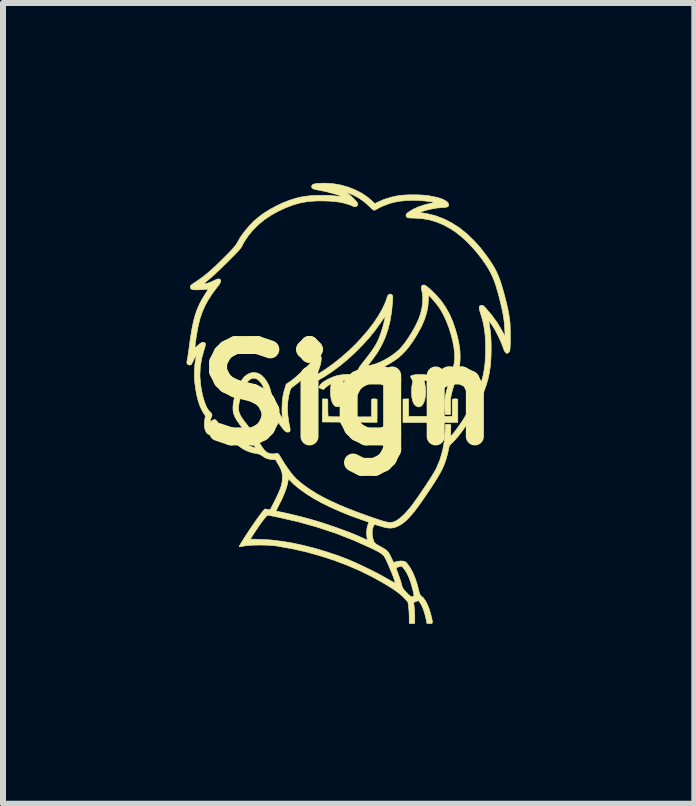
<source format=kicad_pcb>
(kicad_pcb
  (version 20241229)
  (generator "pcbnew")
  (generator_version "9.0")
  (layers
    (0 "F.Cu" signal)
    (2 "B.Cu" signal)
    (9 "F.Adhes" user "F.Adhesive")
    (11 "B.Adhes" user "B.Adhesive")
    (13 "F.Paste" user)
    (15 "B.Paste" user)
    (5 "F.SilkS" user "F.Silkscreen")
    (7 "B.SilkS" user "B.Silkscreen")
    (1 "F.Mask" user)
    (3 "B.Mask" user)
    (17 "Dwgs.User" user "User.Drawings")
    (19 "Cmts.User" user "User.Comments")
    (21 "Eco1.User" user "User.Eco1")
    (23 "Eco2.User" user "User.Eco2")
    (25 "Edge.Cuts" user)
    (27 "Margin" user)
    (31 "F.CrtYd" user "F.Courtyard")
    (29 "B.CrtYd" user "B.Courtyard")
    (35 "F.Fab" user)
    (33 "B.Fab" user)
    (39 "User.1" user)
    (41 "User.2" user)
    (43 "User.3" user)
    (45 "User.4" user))
  (footprint "Sign"
    (layer "F.Cu")
    (at 2.765 3.539)
    (property "Reference" "Sign" (at 0 0 0) (layer "F.SilkS") (effects (font (size 1.524 1.524) (thickness 0.3))))
    (attr through_hole)
    (fp_poly (pts (xy 1.8 0.064) (xy 1.82 0.07) (xy 1.82 0.457) (xy 0.906 0.457) (xy 0.906 0.068) (xy 0.925 0.066) (xy 0.947 0.065) (xy 0.972 0.064) (xy 0.999 0.064) (xy 0.999 0.21) (xy 0.999 0.356) (xy 1.727 0.356) (xy 1.727 0.07) (xy 1.753 0.065) (xy 1.779 0.062) (xy 1.8 0.064)) (stroke (width 0.01) (type solid)) (fill yes) (layer "F.SilkS"))
    (fp_poly (pts (xy 0.448 0.065) (xy 0.474 0.07) (xy 0.474 0.264) (xy 0.474 0.319) (xy 0.474 0.367) (xy 0.473 0.408) (xy 0.473 0.437) (xy 0.472 0.453) (xy 0.472 0.455) (xy 0.463 0.455) (xy 0.439 0.454) (xy 0.402 0.454) (xy 0.352 0.453) (xy 0.291 0.453) (xy 0.221 0.452) (xy 0.143 0.452) (xy 0.06 0.451) (xy 0.015 0.451) (xy -0.44 0.449) (xy -0.438 0.256) (xy -0.436 0.064) (xy -0.396 0.064) (xy -0.371 0.065) (xy -0.355 0.068) (xy -0.351 0.07) (xy -0.349 0.079) (xy -0.348 0.103) (xy -0.347 0.138) (xy -0.347 0.181) (xy -0.347 0.214) (xy -0.347 0.267) (xy -0.346 0.304) (xy -0.345 0.33) (xy -0.343 0.346) (xy -0.339 0.355) (xy -0.334 0.359) (xy -0.323 0.36) (xy -0.297 0.361) (xy -0.257 0.362) (xy -0.207 0.362) (xy -0.146 0.363) (xy -0.078 0.363) (xy -0.004 0.364) (xy 0.03 0.364) (xy 0.381 0.363) (xy 0.381 0.07) (xy 0.401 0.064) (xy 0.425 0.062) (xy 0.448 0.065)) (stroke (width 0.01) (type solid)) (fill yes) (layer "F.SilkS"))
    (fp_poly (pts (xy 1.268 -0.34) (xy 1.332 -0.33) (xy 1.392 -0.314) (xy 1.454 -0.288) (xy 1.483 -0.272) (xy 1.514 -0.251) (xy 1.543 -0.229) (xy 1.566 -0.208) (xy 1.581 -0.19) (xy 1.583 -0.183) (xy 1.576 -0.174) (xy 1.559 -0.161) (xy 1.546 -0.153) (xy 1.508 -0.132) (xy 1.484 -0.156) (xy 1.464 -0.173) (xy 1.435 -0.191) (xy 1.409 -0.205) (xy 1.38 -0.217) (xy 1.346 -0.228) (xy 1.313 -0.238) (xy 1.285 -0.244) (xy 1.265 -0.247) (xy 1.258 -0.245) (xy 1.259 -0.236) (xy 1.263 -0.214) (xy 1.27 -0.185) (xy 1.27 -0.182) (xy 1.281 -0.124) (xy 1.285 -0.061) (xy 1.282 0.001) (xy 1.273 0.06) (xy 1.258 0.112) (xy 1.238 0.153) (xy 1.223 0.172) (xy 1.198 0.192) (xy 1.173 0.198) (xy 1.148 0.194) (xy 1.113 0.176) (xy 1.086 0.143) (xy 1.066 0.094) (xy 1.053 0.031) (xy 1.049 -0.046) (xy 1.049 -0.055) (xy 1.05 -0.108) (xy 1.055 -0.153) (xy 1.061 -0.187) (xy 1.061 -0.189) (xy 1.068 -0.214) (xy 1.069 -0.231) (xy 1.062 -0.249) (xy 1.053 -0.265) (xy 1.041 -0.288) (xy 1.034 -0.306) (xy 1.033 -0.31) (xy 1.041 -0.322) (xy 1.064 -0.331) (xy 1.101 -0.338) (xy 1.151 -0.342) (xy 1.194 -0.343) (xy 1.268 -0.34)) (stroke (width 0.01) (type solid)) (fill yes) (layer "F.SilkS"))
    (fp_poly (pts (xy 0.105 -0.342) (xy 0.125 -0.339) (xy 0.159 -0.333) (xy 0.178 -0.325) (xy 0.185 -0.314) (xy 0.184 -0.294) (xy 0.177 -0.269) (xy 0.171 -0.248) (xy 0.162 -0.24) (xy 0.146 -0.241) (xy 0.137 -0.243) (xy 0.116 -0.246) (xy 0.083 -0.248) (xy 0.042 -0.249) (xy 0.004 -0.25) (xy -0.039 -0.249) (xy -0.068 -0.248) (xy -0.085 -0.246) (xy -0.093 -0.243) (xy -0.094 -0.237) (xy -0.094 -0.237) (xy -0.09 -0.222) (xy -0.083 -0.197) (xy -0.079 -0.182) (xy -0.072 -0.144) (xy -0.068 -0.095) (xy -0.067 -0.042) (xy -0.069 0.01) (xy -0.074 0.055) (xy -0.08 0.079) (xy -0.1 0.131) (xy -0.125 0.168) (xy -0.156 0.19) (xy -0.19 0.196) (xy -0.21 0.193) (xy -0.238 0.177) (xy -0.263 0.145) (xy -0.282 0.1) (xy -0.292 0.063) (xy -0.301 0.006) (xy -0.304 -0.055) (xy -0.302 -0.114) (xy -0.297 -0.15) (xy -0.294 -0.172) (xy -0.293 -0.185) (xy -0.294 -0.186) (xy -0.307 -0.181) (xy -0.328 -0.169) (xy -0.353 -0.151) (xy -0.377 -0.133) (xy -0.39 -0.121) (xy -0.421 -0.092) (xy -0.458 -0.107) (xy -0.481 -0.116) (xy -0.495 -0.122) (xy -0.498 -0.123) (xy -0.498 -0.133) (xy -0.488 -0.15) (xy -0.473 -0.171) (xy -0.454 -0.192) (xy -0.441 -0.205) (xy -0.407 -0.229) (xy -0.361 -0.256) (xy -0.309 -0.281) (xy -0.256 -0.304) (xy -0.205 -0.321) (xy -0.203 -0.322) (xy -0.151 -0.333) (xy -0.088 -0.341) (xy -0.021 -0.345) (xy 0.046 -0.346) (xy 0.105 -0.342)) (stroke (width 0.01) (type solid)) (fill yes) (layer "F.SilkS"))
    (fp_poly (pts (xy -0.264 -3.526) (xy -0.136 -3.504) (xy -0.011 -3.47) (xy 0.107 -3.423) (xy 0.218 -3.366) (xy 0.318 -3.299) (xy 0.382 -3.244) (xy 0.438 -3.193) (xy 0.502 -3.225) (xy 0.594 -3.265) (xy 0.701 -3.298) (xy 0.796 -3.32) (xy 0.851 -3.329) (xy 0.919 -3.335) (xy 0.996 -3.339) (xy 1.076 -3.34) (xy 1.158 -3.339) (xy 1.235 -3.335) (xy 1.304 -3.329) (xy 1.335 -3.324) (xy 1.425 -3.308) (xy 1.502 -3.289) (xy 1.566 -3.267) (xy 1.614 -3.243) (xy 1.648 -3.217) (xy 1.665 -3.19) (xy 1.668 -3.174) (xy 1.665 -3.156) (xy 1.655 -3.143) (xy 1.635 -3.135) (xy 1.603 -3.13) (xy 1.566 -3.128) (xy 1.468 -3.119) (xy 1.362 -3.1) (xy 1.27 -3.076) (xy 1.228 -3.063) (xy 1.2 -3.053) (xy 1.189 -3.045) (xy 1.193 -3.041) (xy 1.209 -3.04) (xy 1.229 -3.038) (xy 1.26 -3.034) (xy 1.297 -3.027) (xy 1.319 -3.023) (xy 1.457 -2.988) (xy 1.593 -2.936) (xy 1.724 -2.868) (xy 1.853 -2.785) (xy 1.976 -2.685) (xy 2.095 -2.571) (xy 2.209 -2.442) (xy 2.318 -2.298) (xy 2.358 -2.239) (xy 2.396 -2.181) (xy 2.426 -2.132) (xy 2.45 -2.087) (xy 2.472 -2.042) (xy 2.494 -1.993) (xy 2.505 -1.966) (xy 2.526 -1.909) (xy 2.549 -1.839) (xy 2.572 -1.76) (xy 2.596 -1.676) (xy 2.618 -1.59) (xy 2.639 -1.505) (xy 2.656 -1.426) (xy 2.67 -1.355) (xy 2.679 -1.296) (xy 2.68 -1.291) (xy 2.684 -1.261) (xy 2.687 -1.235) (xy 2.689 -1.224) (xy 2.691 -1.207) (xy 2.693 -1.176) (xy 2.694 -1.135) (xy 2.695 -1.085) (xy 2.696 -1.032) (xy 2.696 -0.976) (xy 2.696 -0.923) (xy 2.696 -0.874) (xy 2.695 -0.833) (xy 2.693 -0.805) (xy 2.691 -0.768) (xy 2.687 -0.743) (xy 2.683 -0.727) (xy 2.675 -0.717) (xy 2.665 -0.708) (xy 2.648 -0.697) (xy 2.637 -0.696) (xy 2.623 -0.705) (xy 2.62 -0.707) (xy 2.605 -0.725) (xy 2.589 -0.756) (xy 2.573 -0.8) (xy 2.547 -0.869) (xy 2.513 -0.946) (xy 2.475 -1.024) (xy 2.435 -1.098) (xy 2.397 -1.159) (xy 2.375 -1.19) (xy 2.357 -1.215) (xy 2.345 -1.23) (xy 2.34 -1.234) (xy 2.34 -1.224) (xy 2.342 -1.202) (xy 2.346 -1.171) (xy 2.349 -1.155) (xy 2.36 -1.084) (xy 2.368 -1.016) (xy 2.373 -0.945) (xy 2.376 -0.868) (xy 2.377 -0.779) (xy 2.377 -0.766) (xy 2.374 -0.63) (xy 2.365 -0.506) (xy 2.35 -0.39) (xy 2.327 -0.28) (xy 2.296 -0.17) (xy 2.255 -0.059) (xy 2.221 0.025) (xy 2.166 0.145) (xy 2.105 0.264) (xy 2.039 0.379) (xy 1.971 0.488) (xy 1.902 0.589) (xy 1.833 0.68) (xy 1.766 0.757) (xy 1.736 0.787) (xy 1.68 0.842) (xy 1.66 0.931) (xy 1.643 1.003) (xy 1.625 1.068) (xy 1.604 1.131) (xy 1.579 1.192) (xy 1.55 1.255) (xy 1.514 1.321) (xy 1.471 1.393) (xy 1.42 1.474) (xy 1.36 1.566) (xy 1.357 1.571) (xy 1.285 1.677) (xy 1.221 1.77) (xy 1.163 1.851) (xy 1.111 1.921) (xy 1.064 1.98) (xy 1.02 2.03) (xy 0.98 2.072) (xy 0.942 2.108) (xy 0.904 2.137) (xy 0.867 2.162) (xy 0.847 2.174) (xy 0.794 2.199) (xy 0.745 2.214) (xy 0.693 2.219) (xy 0.637 2.214) (xy 0.572 2.199) (xy 0.539 2.189) (xy 0.501 2.177) (xy 0.468 2.168) (xy 0.444 2.161) (xy 0.434 2.159) (xy 0.424 2.167) (xy 0.413 2.187) (xy 0.403 2.216) (xy 0.395 2.25) (xy 0.394 2.258) (xy 0.392 2.3) (xy 0.396 2.348) (xy 0.405 2.396) (xy 0.418 2.436) (xy 0.422 2.446) (xy 0.434 2.464) (xy 0.455 2.482) (xy 0.487 2.503) (xy 0.504 2.512) (xy 0.556 2.541) (xy 0.596 2.565) (xy 0.626 2.586) (xy 0.649 2.607) (xy 0.668 2.631) (xy 0.685 2.659) (xy 0.702 2.694) (xy 0.706 2.701) (xy 0.722 2.736) (xy 0.736 2.765) (xy 0.745 2.784) (xy 0.749 2.792) (xy 0.757 2.79) (xy 0.775 2.784) (xy 0.788 2.78) (xy 0.823 2.772) (xy 0.862 2.767) (xy 0.899 2.768) (xy 0.929 2.773) (xy 0.938 2.776) (xy 0.96 2.793) (xy 0.986 2.823) (xy 1.014 2.862) (xy 1.042 2.908) (xy 1.062 2.946) (xy 1.103 3.038) (xy 1.139 3.142) (xy 1.168 3.254) (xy 1.179 3.295) (xy 1.188 3.322) (xy 1.197 3.339) (xy 1.207 3.348) (xy 1.244 3.381) (xy 1.279 3.428) (xy 1.311 3.489) (xy 1.341 3.563) (xy 1.367 3.646) (xy 1.385 3.72) (xy 1.393 3.759) (xy 1.397 3.785) (xy 1.395 3.8) (xy 1.386 3.808) (xy 1.37 3.81) (xy 1.352 3.81) (xy 1.306 3.81) (xy 1.292 3.739) (xy 1.276 3.672) (xy 1.257 3.607) (xy 1.235 3.547) (xy 1.212 3.497) (xy 1.198 3.474) (xy 1.182 3.45) (xy 1.17 3.434) (xy 1.166 3.429) (xy 1.153 3.432) (xy 1.133 3.439) (xy 1.111 3.447) (xy 1.093 3.456) (xy 1.084 3.461) (xy 1.084 3.462) (xy 1.085 3.472) (xy 1.088 3.495) (xy 1.092 3.522) (xy 1.098 3.585) (xy 1.102 3.664) (xy 1.102 3.757) (xy 1.102 3.757) (xy 1.101 3.81) (xy 1.011 3.81) (xy 1.01 3.706) (xy 1.009 3.656) (xy 1.006 3.603) (xy 1.002 3.555) (xy 0.999 3.527) (xy 0.988 3.451) (xy 0.924 3.382) (xy 0.877 3.337) (xy 0.818 3.289) (xy 0.746 3.238) (xy 0.66 3.183) (xy 0.559 3.123) (xy 0.444 3.059) (xy 0.377 3.023) (xy 0.18 2.926) (xy -0.03 2.836) (xy -0.25 2.753) (xy -0.477 2.68) (xy -0.707 2.616) (xy -0.937 2.564) (xy -1.166 2.523) (xy -1.202 2.517) (xy -1.263 2.51) (xy -1.333 2.505) (xy -1.409 2.502) (xy -1.486 2.501) (xy -1.562 2.502) (xy -1.632 2.505) (xy -1.693 2.51) (xy -1.741 2.516) (xy -1.747 2.518) (xy -1.78 2.524) (xy -1.807 2.528) (xy -1.823 2.529) (xy -1.826 2.529) (xy -1.824 2.52) (xy -1.813 2.499) (xy -1.794 2.468) (xy -1.77 2.428) (xy -1.753 2.402) (xy -1.641 2.402) (xy -1.462 2.407) (xy -1.299 2.416) (xy -1.126 2.437) (xy -0.944 2.467) (xy -0.757 2.507) (xy -0.564 2.556) (xy -0.37 2.614) (xy -0.176 2.679) (xy -0.025 2.736) (xy 0.043 2.765) (xy 0.123 2.8) (xy 0.209 2.84) (xy 0.299 2.883) (xy 0.39 2.928) (xy 0.477 2.972) (xy 0.557 3.015) (xy 0.627 3.054) (xy 0.66 3.073) (xy 0.699 3.096) (xy 0.733 3.114) (xy 0.759 3.127) (xy 0.774 3.134) (xy 0.777 3.134) (xy 0.775 3.123) (xy 0.768 3.101) (xy 0.758 3.069) (xy 0.747 3.038) (xy 0.718 2.964) (xy 0.687 2.89) (xy 0.683 2.881) (xy 0.791 2.881) (xy 0.793 2.89) (xy 0.799 2.911) (xy 0.81 2.942) (xy 0.824 2.979) (xy 0.825 2.982) (xy 0.842 3.029) (xy 0.859 3.077) (xy 0.873 3.122) (xy 0.88 3.15) (xy 0.89 3.187) (xy 0.901 3.215) (xy 0.916 3.238) (xy 0.936 3.263) (xy 0.977 3.306) (xy 1.009 3.337) (xy 1.034 3.356) (xy 1.055 3.364) (xy 1.072 3.362) (xy 1.087 3.352) (xy 1.088 3.341) (xy 1.085 3.317) (xy 1.078 3.281) (xy 1.067 3.237) (xy 1.038 3.133) (xy 1.006 3.045) (xy 0.972 2.972) (xy 0.935 2.912) (xy 0.913 2.885) (xy 0.885 2.853) (xy 0.84 2.864) (xy 0.815 2.872) (xy 0.796 2.878) (xy 0.791 2.881) (xy 0.683 2.881) (xy 0.657 2.819) (xy 0.629 2.757) (xy 0.613 2.725) (xy 0.599 2.7) (xy 0.583 2.678) (xy 0.563 2.658) (xy 0.536 2.638) (xy 0.501 2.616) (xy 0.455 2.592) (xy 0.395 2.562) (xy 0.389 2.559) (xy 0.096 2.427) (xy -0.205 2.308) (xy -0.516 2.205) (xy -0.835 2.115) (xy -1.161 2.04) (xy -1.181 2.036) (xy -1.231 2.026) (xy -1.275 2.017) (xy -1.311 2.01) (xy -1.336 2.004) (xy -1.347 2.002) (xy -1.358 2.007) (xy -1.377 2.025) (xy -1.402 2.055) (xy -1.433 2.095) (xy -1.469 2.143) (xy -1.508 2.2) (xy -1.55 2.262) (xy -1.575 2.3) (xy -1.641 2.402) (xy -1.753 2.402) (xy -1.74 2.381) (xy -1.707 2.33) (xy -1.671 2.275) (xy -1.633 2.219) (xy -1.595 2.163) (xy -1.558 2.109) (xy -1.523 2.06) (xy -1.491 2.016) (xy -1.464 1.979) (xy -1.444 1.954) (xy -1.426 1.932) (xy -1.211 1.932) (xy -1.211 1.932) (xy -1.203 1.936) (xy -1.184 1.941) (xy -1.175 1.942) (xy -1.14 1.949) (xy -1.092 1.959) (xy -1.033 1.972) (xy -0.967 1.987) (xy -0.896 2.004) (xy -0.824 2.022) (xy -0.754 2.04) (xy -0.687 2.058) (xy -0.629 2.074) (xy -0.627 2.075) (xy -0.496 2.113) (xy -0.363 2.156) (xy -0.231 2.201) (xy -0.102 2.247) (xy 0.02 2.293) (xy 0.133 2.339) (xy 0.232 2.383) (xy 0.237 2.385) (xy 0.268 2.4) (xy 0.293 2.411) (xy 0.308 2.417) (xy 0.311 2.418) (xy 0.31 2.41) (xy 0.308 2.389) (xy 0.304 2.36) (xy 0.303 2.355) (xy 0.299 2.302) (xy 0.302 2.247) (xy 0.31 2.196) (xy 0.324 2.154) (xy 0.327 2.149) (xy 0.335 2.131) (xy 0.337 2.122) (xy 0.337 2.122) (xy 0.329 2.118) (xy 0.307 2.11) (xy 0.276 2.099) (xy 0.237 2.086) (xy 0.229 2.083) (xy 0.043 2.016) (xy -0.132 1.946) (xy -0.296 1.873) (xy -0.447 1.799) (xy -0.585 1.723) (xy -0.708 1.646) (xy -0.817 1.568) (xy -0.911 1.491) (xy -0.962 1.44) (xy -1.006 1.395) (xy -1.012 1.436) (xy -1.024 1.496) (xy -1.045 1.567) (xy -1.075 1.646) (xy -1.113 1.733) (xy -1.139 1.786) (xy -1.162 1.831) (xy -1.181 1.87) (xy -1.197 1.902) (xy -1.207 1.923) (xy -1.211 1.932) (xy -1.426 1.932) (xy -1.398 1.899) (xy -1.355 1.907) (xy -1.33 1.911) (xy -1.313 1.913) (xy -1.309 1.913) (xy -1.304 1.904) (xy -1.293 1.883) (xy -1.277 1.852) (xy -1.257 1.812) (xy -1.234 1.766) (xy -1.229 1.757) (xy -1.192 1.681) (xy -1.163 1.616) (xy -1.14 1.561) (xy -1.124 1.513) (xy -1.114 1.47) (xy -1.108 1.429) (xy -1.106 1.387) (xy -1.106 1.384) (xy -1.107 1.339) (xy -1.111 1.302) (xy -1.119 1.268) (xy -1.133 1.232) (xy -1.155 1.189) (xy -1.172 1.16) (xy -1.218 1.08) (xy -1.28 1.075) (xy -1.331 1.068) (xy -1.373 1.055) (xy -1.412 1.034) (xy -1.44 1.014) (xy -1.482 0.989) (xy -1.521 0.978) (xy -1.604 0.963) (xy -1.677 0.94) (xy -1.745 0.908) (xy -1.788 0.881) (xy -1.832 0.849) (xy -1.877 0.81) (xy -1.917 0.769) (xy -1.948 0.732) (xy -1.948 0.732) (xy -1.964 0.718) (xy -1.988 0.705) (xy -1.994 0.703) (xy -2.052 0.679) (xy -2.113 0.645) (xy -2.169 0.606) (xy -2.196 0.583) (xy -2.22 0.56) (xy -2.238 0.543) (xy -2.248 0.534) (xy -2.249 0.533) (xy -2.252 0.541) (xy -2.257 0.56) (xy -2.262 0.582) (xy -2.275 0.624) (xy -2.293 0.65) (xy -2.315 0.66) (xy -2.341 0.653) (xy -2.356 0.644) (xy -2.378 0.616) (xy -2.395 0.576) (xy -2.405 0.528) (xy -2.407 0.473) (xy -2.402 0.417) (xy -2.397 0.392) (xy -2.391 0.368) (xy -2.391 0.351) (xy -2.397 0.335) (xy -2.412 0.313) (xy -2.416 0.308) (xy -2.452 0.246) (xy -2.485 0.171) (xy -2.513 0.085) (xy -2.536 -0.009) (xy -2.554 -0.11) (xy -2.567 -0.213) (xy -2.573 -0.316) (xy -2.572 -0.416) (xy -2.565 -0.511) (xy -2.557 -0.563) (xy -2.551 -0.601) (xy -2.546 -0.632) (xy -2.544 -0.652) (xy -2.544 -0.659) (xy -2.549 -0.654) (xy -2.56 -0.636) (xy -2.573 -0.609) (xy -2.584 -0.588) (xy -2.599 -0.555) (xy -2.614 -0.528) (xy -2.624 -0.51) (xy -2.628 -0.506) (xy -2.651 -0.5) (xy -2.676 -0.506) (xy -2.688 -0.516) (xy -2.695 -0.525) (xy -2.698 -0.536) (xy -2.698 -0.552) (xy -2.694 -0.577) (xy -2.689 -0.603) (xy -2.683 -0.637) (xy -2.676 -0.683) (xy -2.669 -0.735) (xy -2.661 -0.788) (xy -2.66 -0.794) (xy -2.563 -0.794) (xy -2.562 -0.79) (xy -2.554 -0.793) (xy -2.538 -0.806) (xy -2.516 -0.826) (xy -2.508 -0.833) (xy -2.478 -0.859) (xy -2.456 -0.874) (xy -2.438 -0.88) (xy -2.433 -0.881) (xy -2.41 -0.878) (xy -2.395 -0.869) (xy -2.389 -0.852) (xy -2.391 -0.825) (xy -2.401 -0.786) (xy -2.413 -0.749) (xy -2.452 -0.609) (xy -2.475 -0.467) (xy -2.481 -0.322) (xy -2.47 -0.174) (xy -2.443 -0.023) (xy -2.435 0.012) (xy -2.411 0.094) (xy -2.387 0.162) (xy -2.362 0.215) (xy -2.334 0.256) (xy -2.319 0.272) (xy -2.293 0.299) (xy -2.281 0.321) (xy -2.28 0.342) (xy -2.288 0.366) (xy -2.29 0.37) (xy -2.301 0.397) (xy -2.308 0.423) (xy -2.314 0.45) (xy -2.282 0.428) (xy -2.259 0.415) (xy -2.24 0.407) (xy -2.235 0.406) (xy -2.222 0.413) (xy -2.203 0.43) (xy -2.182 0.455) (xy -2.181 0.457) (xy -2.122 0.521) (xy -2.055 0.571) (xy -1.983 0.607) (xy -1.944 0.619) (xy -1.918 0.628) (xy -1.898 0.642) (xy -1.878 0.666) (xy -1.876 0.67) (xy -1.817 0.737) (xy -1.747 0.795) (xy -1.669 0.841) (xy -1.611 0.864) (xy -1.584 0.873) (xy -1.563 0.878) (xy -1.554 0.879) (xy -1.554 0.879) (xy -1.557 0.871) (xy -1.568 0.851) (xy -1.585 0.821) (xy -1.608 0.785) (xy -1.634 0.745) (xy -1.662 0.702) (xy -1.691 0.66) (xy -1.719 0.619) (xy -1.745 0.584) (xy -1.766 0.556) (xy -1.766 0.555) (xy -1.817 0.49) (xy -1.856 0.434) (xy -1.886 0.386) (xy -1.907 0.342) (xy -1.921 0.3) (xy -1.928 0.258) (xy -1.93 0.216) (xy -1.926 0.154) (xy -1.914 0.084) (xy -1.895 0.01) (xy -1.87 -0.064) (xy -1.842 -0.136) (xy -1.81 -0.202) (xy -1.777 -0.258) (xy -1.744 -0.301) (xy -1.742 -0.303) (xy -1.693 -0.342) (xy -1.64 -0.367) (xy -1.585 -0.376) (xy -1.53 -0.369) (xy -1.495 -0.356) (xy -1.448 -0.325) (xy -1.404 -0.279) (xy -1.364 -0.222) (xy -1.33 -0.157) (xy -1.305 -0.085) (xy -1.299 -0.059) (xy -1.286 -0.012) (xy -1.271 0.041) (xy -1.254 0.089) (xy -1.251 0.097) (xy -1.236 0.135) (xy -1.216 0.179) (xy -1.194 0.225) (xy -1.172 0.271) (xy -1.151 0.313) (xy -1.132 0.347) (xy -1.118 0.371) (xy -1.114 0.377) (xy -1.105 0.387) (xy -1.103 0.385) (xy -1.107 0.368) (xy -1.109 0.351) (xy -1.11 0.32) (xy -1.112 0.28) (xy -1.112 0.235) (xy -1.112 0.22) (xy -1.108 0.12) (xy -1.098 0.03) (xy -1.08 -0.057) (xy -1.062 -0.117) (xy -1.042 -0.182) (xy -0.976 -0.226) (xy -0.942 -0.251) (xy -0.9 -0.285) (xy -0.852 -0.326) (xy -0.802 -0.372) (xy -0.75 -0.421) (xy -0.699 -0.47) (xy -0.652 -0.518) (xy -0.611 -0.562) (xy -0.578 -0.599) (xy -0.556 -0.629) (xy -0.553 -0.633) (xy -0.536 -0.655) (xy -0.521 -0.666) (xy -0.5 -0.669) (xy -0.499 -0.669) (xy -0.477 -0.665) (xy -0.464 -0.651) (xy -0.458 -0.624) (xy -0.457 -0.605) (xy -0.462 -0.552) (xy -0.477 -0.488) (xy -0.503 -0.412) (xy -0.507 -0.402) (xy -0.532 -0.338) (xy -0.501 -0.357) (xy -0.372 -0.439) (xy -0.244 -0.532) (xy -0.119 -0.632) (xy 0.002 -0.739) (xy 0.118 -0.851) (xy 0.226 -0.967) (xy 0.326 -1.084) (xy 0.416 -1.202) (xy 0.494 -1.318) (xy 0.559 -1.431) (xy 0.603 -1.524) (xy 0.617 -1.56) (xy 0.63 -1.593) (xy 0.638 -1.619) (xy 0.639 -1.626) (xy 0.651 -1.658) (xy 0.67 -1.678) (xy 0.692 -1.685) (xy 0.715 -1.678) (xy 0.724 -1.67) (xy 0.731 -1.662) (xy 0.735 -1.65) (xy 0.736 -1.63) (xy 0.735 -1.6) (xy 0.733 -1.567) (xy 0.717 -1.396) (xy 0.691 -1.238) (xy 0.654 -1.09) (xy 0.606 -0.952) (xy 0.546 -0.823) (xy 0.474 -0.7) (xy 0.389 -0.582) (xy 0.378 -0.569) (xy 0.355 -0.539) (xy 0.337 -0.515) (xy 0.327 -0.499) (xy 0.325 -0.494) (xy 0.335 -0.493) (xy 0.356 -0.496) (xy 0.378 -0.5) (xy 0.453 -0.521) (xy 0.534 -0.554) (xy 0.617 -0.596) (xy 0.698 -0.645) (xy 0.774 -0.7) (xy 0.84 -0.756) (xy 0.892 -0.812) (xy 0.949 -0.886) (xy 1.006 -0.97) (xy 1.061 -1.059) (xy 1.111 -1.148) (xy 1.152 -1.233) (xy 1.169 -1.27) (xy 1.199 -1.358) (xy 1.221 -1.449) (xy 1.234 -1.539) (xy 1.236 -1.625) (xy 1.228 -1.702) (xy 1.224 -1.723) (xy 1.214 -1.766) (xy 1.212 -1.796) (xy 1.215 -1.816) (xy 1.225 -1.827) (xy 1.227 -1.829) (xy 1.247 -1.836) (xy 1.258 -1.837) (xy 1.274 -1.831) (xy 1.3 -1.814) (xy 1.333 -1.788) (xy 1.372 -1.753) (xy 1.415 -1.713) (xy 1.458 -1.669) (xy 1.541 -1.574) (xy 1.613 -1.471) (xy 1.677 -1.359) (xy 1.732 -1.236) (xy 1.779 -1.1) (xy 1.812 -0.983) (xy 1.833 -0.892) (xy 1.847 -0.811) (xy 1.856 -0.736) (xy 1.859 -0.66) (xy 1.859 -0.614) (xy 1.857 -0.571) (xy 1.855 -0.533) (xy 1.85 -0.496) (xy 1.843 -0.458) (xy 1.833 -0.416) (xy 1.82 -0.367) (xy 1.802 -0.307) (xy 1.779 -0.235) (xy 1.777 -0.23) (xy 1.755 -0.16) (xy 1.737 -0.103) (xy 1.724 -0.056) (xy 1.714 -0.017) (xy 1.707 0.016) (xy 1.702 0.048) (xy 1.7 0.079) (xy 1.699 0.115) (xy 1.699 0.156) (xy 1.699 0.18) (xy 1.7 0.322) (xy 1.61 0.322) (xy 1.604 0.218) (xy 1.602 0.167) (xy 1.602 0.12) (xy 1.605 0.075) (xy 1.61 0.029) (xy 1.62 -0.02) (xy 1.633 -0.075) (xy 1.651 -0.139) (xy 1.674 -0.215) (xy 1.692 -0.271) (xy 1.718 -0.357) (xy 1.739 -0.43) (xy 1.753 -0.493) (xy 1.763 -0.55) (xy 1.767 -0.603) (xy 1.768 -0.655) (xy 1.767 -0.686) (xy 1.756 -0.79) (xy 1.735 -0.902) (xy 1.706 -1.015) (xy 1.67 -1.129) (xy 1.628 -1.237) (xy 1.581 -1.338) (xy 1.531 -1.428) (xy 1.503 -1.469) (xy 1.478 -1.503) (xy 1.449 -1.539) (xy 1.42 -1.574) (xy 1.392 -1.606) (xy 1.368 -1.633) (xy 1.349 -1.651) (xy 1.338 -1.659) (xy 1.337 -1.659) (xy 1.334 -1.652) (xy 1.331 -1.631) (xy 1.329 -1.6) (xy 1.329 -1.584) (xy 1.322 -1.48) (xy 1.301 -1.373) (xy 1.266 -1.263) (xy 1.216 -1.147) (xy 1.15 -1.026) (xy 1.135 -0.999) (xy 1.072 -0.9) (xy 1.012 -0.815) (xy 0.953 -0.742) (xy 0.892 -0.679) (xy 0.829 -0.623) (xy 0.761 -0.574) (xy 0.758 -0.572) (xy 0.667 -0.515) (xy 0.581 -0.471) (xy 0.497 -0.437) (xy 0.411 -0.413) (xy 0.317 -0.395) (xy 0.301 -0.393) (xy 0.256 -0.387) (xy 0.225 -0.383) (xy 0.204 -0.382) (xy 0.191 -0.383) (xy 0.182 -0.387) (xy 0.175 -0.393) (xy 0.174 -0.394) (xy 0.165 -0.406) (xy 0.162 -0.419) (xy 0.165 -0.436) (xy 0.175 -0.458) (xy 0.195 -0.487) (xy 0.223 -0.525) (xy 0.261 -0.573) (xy 0.321 -0.65) (xy 0.371 -0.716) (xy 0.412 -0.776) (xy 0.447 -0.831) (xy 0.476 -0.884) (xy 0.501 -0.938) (xy 0.523 -0.995) (xy 0.542 -1.049) (xy 0.555 -1.09) (xy 0.569 -1.136) (xy 0.582 -1.184) (xy 0.593 -1.229) (xy 0.602 -1.268) (xy 0.608 -1.298) (xy 0.61 -1.313) (xy 0.605 -1.309) (xy 0.593 -1.293) (xy 0.575 -1.268) (xy 0.552 -1.235) (xy 0.534 -1.209) (xy 0.442 -1.08) (xy 0.338 -0.952) (xy 0.224 -0.827) (xy 0.103 -0.705) (xy -0.023 -0.59) (xy -0.153 -0.483) (xy -0.283 -0.387) (xy -0.412 -0.302) (xy -0.539 -0.232) (xy -0.539 -0.232) (xy -0.59 -0.207) (xy -0.63 -0.19) (xy -0.659 -0.181) (xy -0.68 -0.18) (xy -0.696 -0.186) (xy -0.706 -0.197) (xy -0.716 -0.213) (xy -0.718 -0.228) (xy -0.71 -0.245) (xy -0.692 -0.268) (xy -0.685 -0.276) (xy -0.669 -0.297) (xy -0.65 -0.326) (xy -0.631 -0.358) (xy -0.613 -0.39) (xy -0.6 -0.416) (xy -0.593 -0.434) (xy -0.593 -0.437) (xy -0.598 -0.434) (xy -0.614 -0.42) (xy -0.638 -0.398) (xy -0.668 -0.37) (xy -0.692 -0.346) (xy -0.753 -0.288) (xy -0.804 -0.24) (xy -0.85 -0.201) (xy -0.891 -0.169) (xy -0.924 -0.145) (xy -0.951 -0.124) (xy -0.968 -0.1) (xy -0.977 -0.078) (xy -1.001 0.016) (xy -1.016 0.119) (xy -1.02 0.229) (xy -1.014 0.341) (xy -0.998 0.451) (xy -0.994 0.474) (xy -0.983 0.526) (xy -0.977 0.564) (xy -0.977 0.59) (xy -0.982 0.606) (xy -0.993 0.615) (xy -1.011 0.618) (xy -1.021 0.618) (xy -1.036 0.616) (xy -1.051 0.609) (xy -1.068 0.593) (xy -1.091 0.567) (xy -1.093 0.565) (xy -1.153 0.486) (xy -1.211 0.395) (xy -1.265 0.296) (xy -1.313 0.193) (xy -1.353 0.091) (xy -1.383 -0.006) (xy -1.393 -0.048) (xy -1.41 -0.107) (xy -1.435 -0.162) (xy -1.466 -0.209) (xy -1.502 -0.247) (xy -1.539 -0.272) (xy -1.557 -0.279) (xy -1.598 -0.282) (xy -1.636 -0.268) (xy -1.674 -0.237) (xy -1.71 -0.19) (xy -1.744 -0.126) (xy -1.773 -0.057) (xy -1.798 0.017) (xy -1.818 0.088) (xy -1.831 0.151) (xy -1.837 0.203) (xy -1.837 0.213) (xy -1.835 0.25) (xy -1.828 0.285) (xy -1.814 0.322) (xy -1.792 0.362) (xy -1.762 0.407) (xy -1.722 0.461) (xy -1.696 0.493) (xy -1.666 0.532) (xy -1.632 0.579) (xy -1.598 0.629) (xy -1.569 0.673) (xy -1.525 0.743) (xy -1.488 0.8) (xy -1.458 0.845) (xy -1.434 0.88) (xy -1.413 0.908) (xy -1.396 0.928) (xy -1.381 0.943) (xy -1.366 0.953) (xy -1.351 0.962) (xy -1.342 0.966) (xy -1.308 0.977) (xy -1.268 0.981) (xy -1.232 0.979) (xy -1.215 0.974) (xy -1.195 0.97) (xy -1.178 0.976) (xy -1.161 0.994) (xy -1.141 1.026) (xy -1.138 1.032) (xy -1.105 1.087) (xy -1.066 1.149) (xy -1.024 1.211) (xy -0.982 1.27) (xy -0.943 1.321) (xy -0.927 1.34) (xy -0.878 1.393) (xy -0.819 1.446) (xy -0.748 1.502) (xy -0.664 1.562) (xy -0.639 1.578) (xy -0.539 1.641) (xy -0.427 1.704) (xy -0.302 1.766) (xy -0.164 1.829) (xy -0.013 1.892) (xy 0.153 1.956) (xy 0.335 2.022) (xy 0.478 2.071) (xy 0.545 2.093) (xy 0.599 2.109) (xy 0.642 2.119) (xy 0.678 2.124) (xy 0.708 2.124) (xy 0.736 2.119) (xy 0.763 2.11) (xy 0.784 2.101) (xy 0.831 2.072) (xy 0.884 2.029) (xy 0.942 1.973) (xy 1.004 1.903) (xy 1.031 1.871) (xy 1.061 1.832) (xy 1.097 1.782) (xy 1.138 1.725) (xy 1.182 1.662) (xy 1.227 1.595) (xy 1.273 1.527) (xy 1.317 1.46) (xy 1.358 1.396) (xy 1.396 1.337) (xy 1.427 1.285) (xy 1.451 1.243) (xy 1.465 1.216) (xy 1.524 1.075) (xy 1.567 0.925) (xy 1.596 0.767) (xy 1.61 0.6) (xy 1.611 0.561) (xy 1.613 0.529) (xy 1.614 0.504) (xy 1.616 0.491) (xy 1.617 0.49) (xy 1.627 0.489) (xy 1.649 0.488) (xy 1.662 0.487) (xy 1.679 0.486) (xy 1.691 0.487) (xy 1.698 0.492) (xy 1.702 0.504) (xy 1.704 0.525) (xy 1.703 0.559) (xy 1.702 0.603) (xy 1.702 0.638) (xy 1.702 0.666) (xy 1.703 0.683) (xy 1.704 0.686) (xy 1.71 0.68) (xy 1.725 0.663) (xy 1.746 0.638) (xy 1.767 0.612) (xy 1.838 0.517) (xy 1.906 0.417) (xy 1.972 0.307) (xy 2.038 0.186) (xy 2.078 0.106) (xy 2.134 -0.014) (xy 2.18 -0.125) (xy 2.216 -0.23) (xy 2.244 -0.334) (xy 2.263 -0.44) (xy 2.276 -0.551) (xy 2.282 -0.672) (xy 2.284 -0.77) (xy 2.282 -0.886) (xy 2.277 -0.989) (xy 2.266 -1.083) (xy 2.251 -1.173) (xy 2.23 -1.261) (xy 2.203 -1.353) (xy 2.202 -1.356) (xy 2.186 -1.406) (xy 2.178 -1.443) (xy 2.177 -1.468) (xy 2.183 -1.484) (xy 2.197 -1.493) (xy 2.215 -1.497) (xy 2.23 -1.496) (xy 2.245 -1.49) (xy 2.262 -1.475) (xy 2.285 -1.452) (xy 2.39 -1.328) (xy 2.48 -1.203) (xy 2.559 -1.071) (xy 2.563 -1.063) (xy 2.609 -0.978) (xy 2.604 -1.084) (xy 2.599 -1.158) (xy 2.593 -1.229) (xy 2.583 -1.299) (xy 2.57 -1.372) (xy 2.554 -1.452) (xy 2.532 -1.544) (xy 2.528 -1.561) (xy 2.501 -1.667) (xy 2.475 -1.759) (xy 2.451 -1.839) (xy 2.426 -1.91) (xy 2.4 -1.973) (xy 2.372 -2.032) (xy 2.341 -2.09) (xy 2.308 -2.145) (xy 2.231 -2.258) (xy 2.147 -2.367) (xy 2.057 -2.471) (xy 1.964 -2.567) (xy 1.869 -2.652) (xy 1.775 -2.725) (xy 1.705 -2.771) (xy 1.585 -2.837) (xy 1.466 -2.887) (xy 1.348 -2.922) (xy 1.226 -2.943) (xy 1.107 -2.951) (xy 1.053 -2.952) (xy 1.014 -2.954) (xy 0.987 -2.958) (xy 0.97 -2.965) (xy 0.961 -2.975) (xy 0.957 -2.988) (xy 0.957 -2.998) (xy 0.959 -3.012) (xy 0.968 -3.026) (xy 0.987 -3.043) (xy 1.01 -3.059) (xy 1.078 -3.1) (xy 1.161 -3.138) (xy 1.255 -3.17) (xy 1.359 -3.196) (xy 1.383 -3.201) (xy 1.408 -3.206) (xy 1.425 -3.211) (xy 1.429 -3.213) (xy 1.418 -3.217) (xy 1.393 -3.222) (xy 1.357 -3.227) (xy 1.314 -3.232) (xy 1.267 -3.238) (xy 1.219 -3.242) (xy 1.173 -3.246) (xy 1.139 -3.248) (xy 0.987 -3.247) (xy 0.843 -3.232) (xy 0.748 -3.213) (xy 0.692 -3.198) (xy 0.632 -3.177) (xy 0.574 -3.154) (xy 0.521 -3.13) (xy 0.48 -3.108) (xy 0.474 -3.104) (xy 0.45 -3.09) (xy 0.43 -3.083) (xy 0.424 -3.082) (xy 0.412 -3.088) (xy 0.391 -3.103) (xy 0.366 -3.127) (xy 0.347 -3.145) (xy 0.264 -3.22) (xy 0.173 -3.284) (xy 0.112 -3.318) (xy 0.075 -3.336) (xy 0.039 -3.352) (xy 0.008 -3.365) (xy -0.016 -3.373) (xy -0.03 -3.376) (xy -0.031 -3.376) (xy -0.026 -3.369) (xy -0.011 -3.358) (xy 0.001 -3.349) (xy 0.026 -3.33) (xy 0.055 -3.305) (xy 0.084 -3.277) (xy 0.111 -3.248) (xy 0.133 -3.222) (xy 0.148 -3.201) (xy 0.152 -3.19) (xy 0.146 -3.162) (xy 0.129 -3.145) (xy 0.106 -3.141) (xy 0.085 -3.143) (xy 0.073 -3.149) (xy 0.072 -3.149) (xy 0.062 -3.156) (xy 0.038 -3.165) (xy 0.006 -3.177) (xy -0.032 -3.188) (xy -0.072 -3.2) (xy -0.111 -3.209) (xy -0.143 -3.216) (xy -0.144 -3.216) (xy -0.228 -3.228) (xy -0.324 -3.235) (xy -0.425 -3.238) (xy -0.528 -3.238) (xy -0.626 -3.232) (xy -0.69 -3.226) (xy -0.803 -3.206) (xy -0.923 -3.172) (xy -1.046 -3.126) (xy -1.17 -3.068) (xy -1.293 -3.001) (xy -1.295 -2.999) (xy -1.404 -2.926) (xy -1.505 -2.843) (xy -1.596 -2.753) (xy -1.675 -2.657) (xy -1.741 -2.558) (xy -1.774 -2.497) (xy -1.782 -2.48) (xy -1.792 -2.464) (xy -1.804 -2.447) (xy -1.82 -2.426) (xy -1.842 -2.402) (xy -1.87 -2.372) (xy -1.906 -2.335) (xy -1.951 -2.29) (xy -2.006 -2.234) (xy -2.025 -2.215) (xy -2.084 -2.158) (xy -2.141 -2.102) (xy -2.196 -2.05) (xy -2.246 -2.004) (xy -2.288 -1.966) (xy -2.322 -1.937) (xy -2.336 -1.926) (xy -2.372 -1.897) (xy -2.397 -1.875) (xy -2.41 -1.861) (xy -2.41 -1.856) (xy -2.389 -1.857) (xy -2.358 -1.864) (xy -2.321 -1.876) (xy -2.282 -1.892) (xy -2.245 -1.91) (xy -2.205 -1.929) (xy -2.175 -1.938) (xy -2.153 -1.935) (xy -2.144 -1.929) (xy -2.134 -1.913) (xy -2.135 -1.893) (xy -2.145 -1.868) (xy -2.167 -1.834) (xy -2.194 -1.799) (xy -2.274 -1.693) (xy -2.34 -1.592) (xy -2.395 -1.492) (xy -2.44 -1.39) (xy -2.477 -1.283) (xy -2.507 -1.166) (xy -2.522 -1.088) (xy -2.531 -1.037) (xy -2.54 -0.984) (xy -2.547 -0.933) (xy -2.554 -0.886) (xy -2.559 -0.845) (xy -2.562 -0.814) (xy -2.563 -0.794) (xy -2.66 -0.794) (xy -2.659 -0.809) (xy -2.641 -0.938) (xy -2.623 -1.052) (xy -2.605 -1.153) (xy -2.584 -1.244) (xy -2.562 -1.326) (xy -2.537 -1.402) (xy -2.509 -1.473) (xy -2.476 -1.541) (xy -2.439 -1.609) (xy -2.396 -1.679) (xy -2.383 -1.699) (xy -2.362 -1.731) (xy -2.349 -1.752) (xy -2.344 -1.764) (xy -2.346 -1.768) (xy -2.354 -1.767) (xy -2.36 -1.766) (xy -2.377 -1.763) (xy -2.407 -1.761) (xy -2.446 -1.758) (xy -2.489 -1.756) (xy -2.489 -1.756) (xy -2.543 -1.755) (xy -2.583 -1.756) (xy -2.61 -1.761) (xy -2.627 -1.769) (xy -2.636 -1.783) (xy -2.64 -1.801) (xy -2.64 -1.811) (xy -2.637 -1.821) (xy -2.63 -1.831) (xy -2.615 -1.844) (xy -2.59 -1.861) (xy -2.555 -1.885) (xy -2.534 -1.899) (xy -2.473 -1.941) (xy -2.413 -1.986) (xy -2.352 -2.035) (xy -2.288 -2.091) (xy -2.219 -2.154) (xy -2.143 -2.228) (xy -2.06 -2.31) (xy -2.007 -2.364) (xy -1.965 -2.407) (xy -1.932 -2.442) (xy -1.907 -2.471) (xy -1.888 -2.495) (xy -1.873 -2.516) (xy -1.861 -2.535) (xy -1.857 -2.544) (xy -1.805 -2.633) (xy -1.74 -2.724) (xy -1.665 -2.813) (xy -1.584 -2.897) (xy -1.498 -2.972) (xy -1.421 -3.029) (xy -1.319 -3.093) (xy -1.211 -3.152) (xy -1.102 -3.204) (xy -0.993 -3.247) (xy -0.888 -3.281) (xy -0.79 -3.304) (xy -0.757 -3.31) (xy -0.706 -3.317) (xy -0.663 -3.322) (xy -0.625 -3.326) (xy -0.584 -3.328) (xy -0.537 -3.33) (xy -0.483 -3.331) (xy -0.4 -3.332) (xy -0.325 -3.33) (xy -0.252 -3.324) (xy -0.171 -3.315) (xy -0.168 -3.315) (xy -0.143 -3.313) (xy -0.134 -3.315) (xy -0.137 -3.32) (xy -0.151 -3.327) (xy -0.175 -3.336) (xy -0.207 -3.347) (xy -0.246 -3.359) (xy -0.289 -3.371) (xy -0.333 -3.382) (xy -0.051 -3.382) (xy -0.047 -3.378) (xy -0.042 -3.382) (xy -0.047 -3.387) (xy -0.051 -3.382) (xy -0.333 -3.382) (xy -0.335 -3.383) (xy -0.382 -3.394) (xy -0.428 -3.404) (xy -0.455 -3.409) (xy -0.512 -3.42) (xy -0.555 -3.429) (xy -0.585 -3.438) (xy -0.604 -3.448) (xy -0.614 -3.459) (xy -0.618 -3.471) (xy -0.618 -3.475) (xy -0.614 -3.494) (xy -0.602 -3.509) (xy -0.581 -3.519) (xy -0.547 -3.527) (xy -0.501 -3.531) (xy -0.441 -3.533) (xy -0.394 -3.534) (xy -0.264 -3.526)) (stroke (width 0.01) (type solid)) (fill yes) (layer "F.SilkS")))
  (gr_rect
    (start -3 -3)
    (end 8.53 10.354)
    (stroke (width 0.1) (type default))
    (fill no)
    (layer "Edge.Cuts")))
</source>
